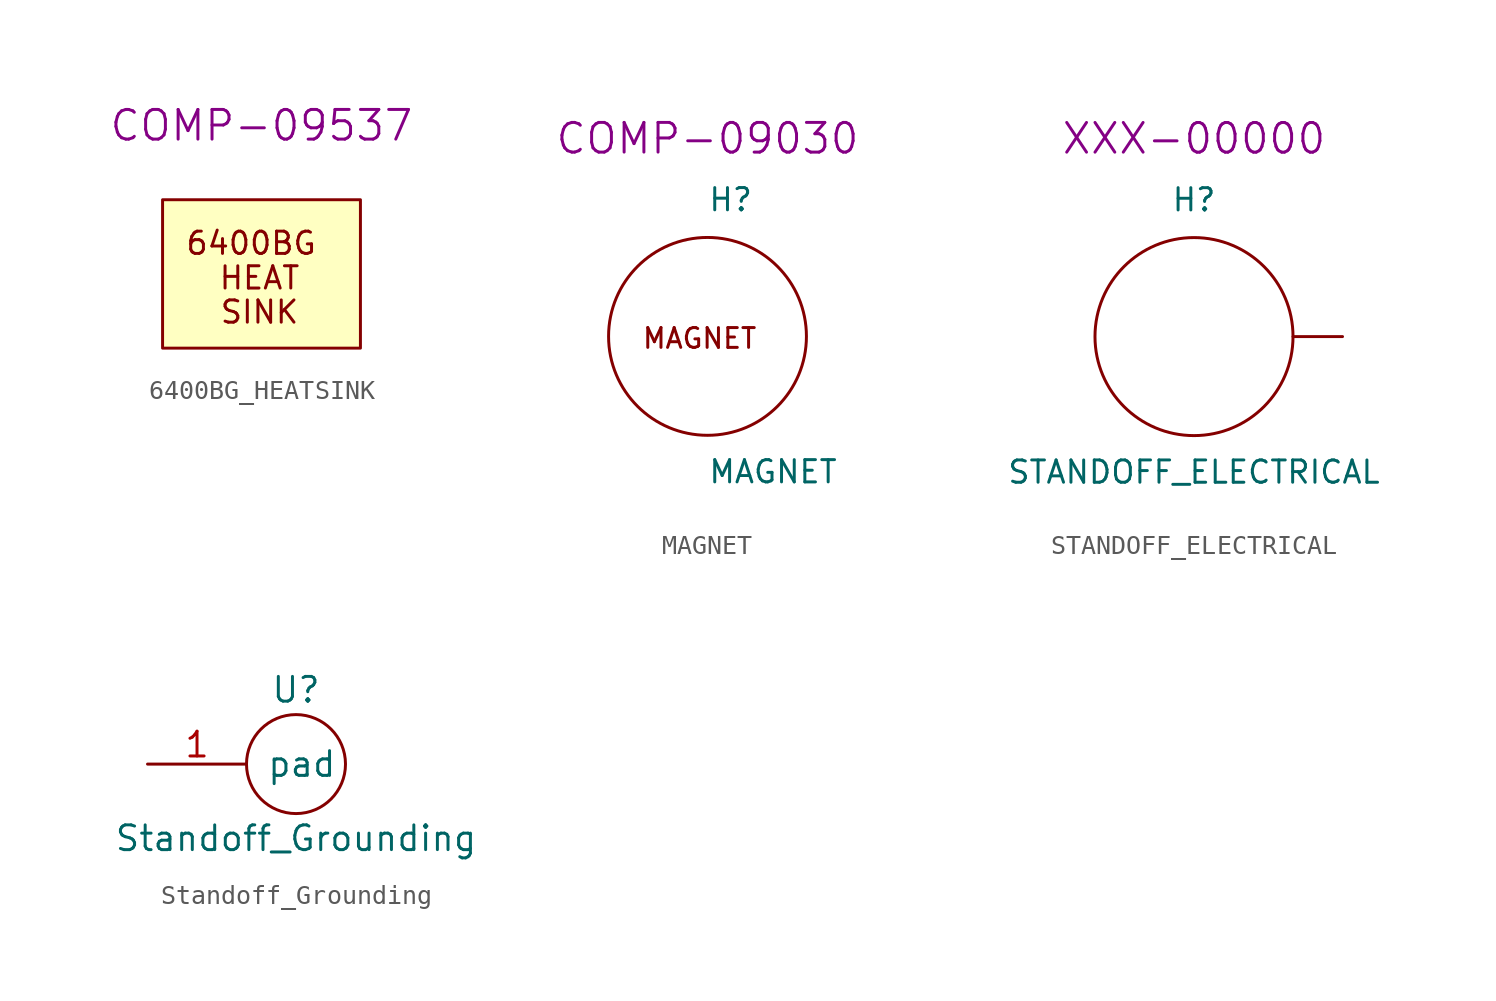
<source format=kicad_sym>
(kicad_symbol_lib
  (version 20220914)
  (generator kicad_symbol_editor)
  (symbol "6400BG_HEATSINK"
    (pin_numbers hide)
    (pin_names
      (offset 1.016) hide)
    (property "Reference" "H"
      (at -3.81 6.35 0)
      (effects (font (size 1.143 1.143)) hide))
    (property "Field4" "COMP-09537"
      (at 0 8.89 0)
      (effects (font (size 1.524 1.524))))
    (property "ki_locked" ""
      (at 0 0 0)
      (effects (font (size 1.27 1.27))))
    (symbol "6400BG_HEATSINK_1_0"
      (text "6400BG" (at -0.533 2.845 0) (effects (font (size 1.143 1.143))))
      (text "HEAT" (at -0.102 1.067 0) (effects (font (size 1.143 1.143))))
      (text "SINK" (at -0.102 -0.686 0) (effects (font (size 1.143 1.143)))))
    (symbol "6400BG_HEATSINK_1_1"
      (polyline (pts (xy -5.08 5.08) (xy -5.08 -2.54) (xy 5.08 -2.54) (xy 5.08 5.08) (xy -5.08 5.08)) (stroke (width 0) (type solid)) (fill (type background)))))
  (symbol "MAGNET"
    (pin_numbers hide)
    (pin_names
      (offset 1.016) hide)
    (property "Reference" "H"
      (at 0 6.35 0)
      (effects (font (size 1.143 1.143)) (justify left bottom)))
    (property "Value" "MAGNET"
      (at 0 -7.62 0)
      (effects (font (size 1.143 1.143)) (justify left bottom)))
    (property "Field4" "COMP-09030"
      (at 0 10.16 0)
      (effects (font (size 1.524 1.524))))
    (property "ki_locked" ""
      (at 0 0 0)
      (effects (font (size 1.27 1.27))))
    (symbol "MAGNET_1_0"
      (text "MAGNET" (at -0.406 -0.102 0) (effects (font (size 1.016 1.016)))))
    (symbol "MAGNET_1_1"
      (circle (center 0 0) (radius 5.08) (stroke (width 0) (type solid)) (fill (type none)))))
  (symbol "STANDOFF_ELECTRICAL"
    (pin_numbers hide)
    (pin_names
      (offset 1.016) hide)
    (property "Reference" "H"
      (at 0 6.35 0)
      (effects (font (size 1.143 1.143)) (justify bottom)))
    (property "Value" "STANDOFF_ELECTRICAL"
      (at 0 -7.62 0)
      (effects (font (size 1.143 1.143)) (justify bottom)))
    (property "Field4" "XXX-00000"
      (at 0 10.16 0)
      (effects (font (size 1.524 1.524))))
    (property "ki_locked" ""
      (at 0 0 0)
      (effects (font (size 1.27 1.27))))
    (symbol "STANDOFF_ELECTRICAL_1_1"
      (circle (center 0 0) (radius 5.08) (stroke (width 0) (type solid)) (fill (type none)))
      (pin bidirectional line (at 7.62 0 180) (length 2.54) (name "P$1" (effects (font (size 1.016 1.016)))) (number "P1" (effects (font (size 1.016 1.016)))))))
  (symbol "Standoff_Grounding"
    (pin_names
      (offset 1.016))
    (property "Reference" "U"
      (at 0 3.81 0)
      (effects (font (size 1.27 1.27))))
    (property "Value" "Standoff_Grounding"
      (at 0 -3.81 0)
      (effects (font (size 1.27 1.27))))
    (symbol "Standoff_Grounding_0_1"
      (circle (center 0 0) (radius 2.54) (stroke (width 0) (type solid)) (fill (type none))))
    (symbol "Standoff_Grounding_1_1"
      (pin input line (at -7.62 0 0) (length 5.08) (name "pad" (effects (font (size 1.27 1.27)))) (number "1" (effects (font (size 1.27 1.27))))))))
</source>
